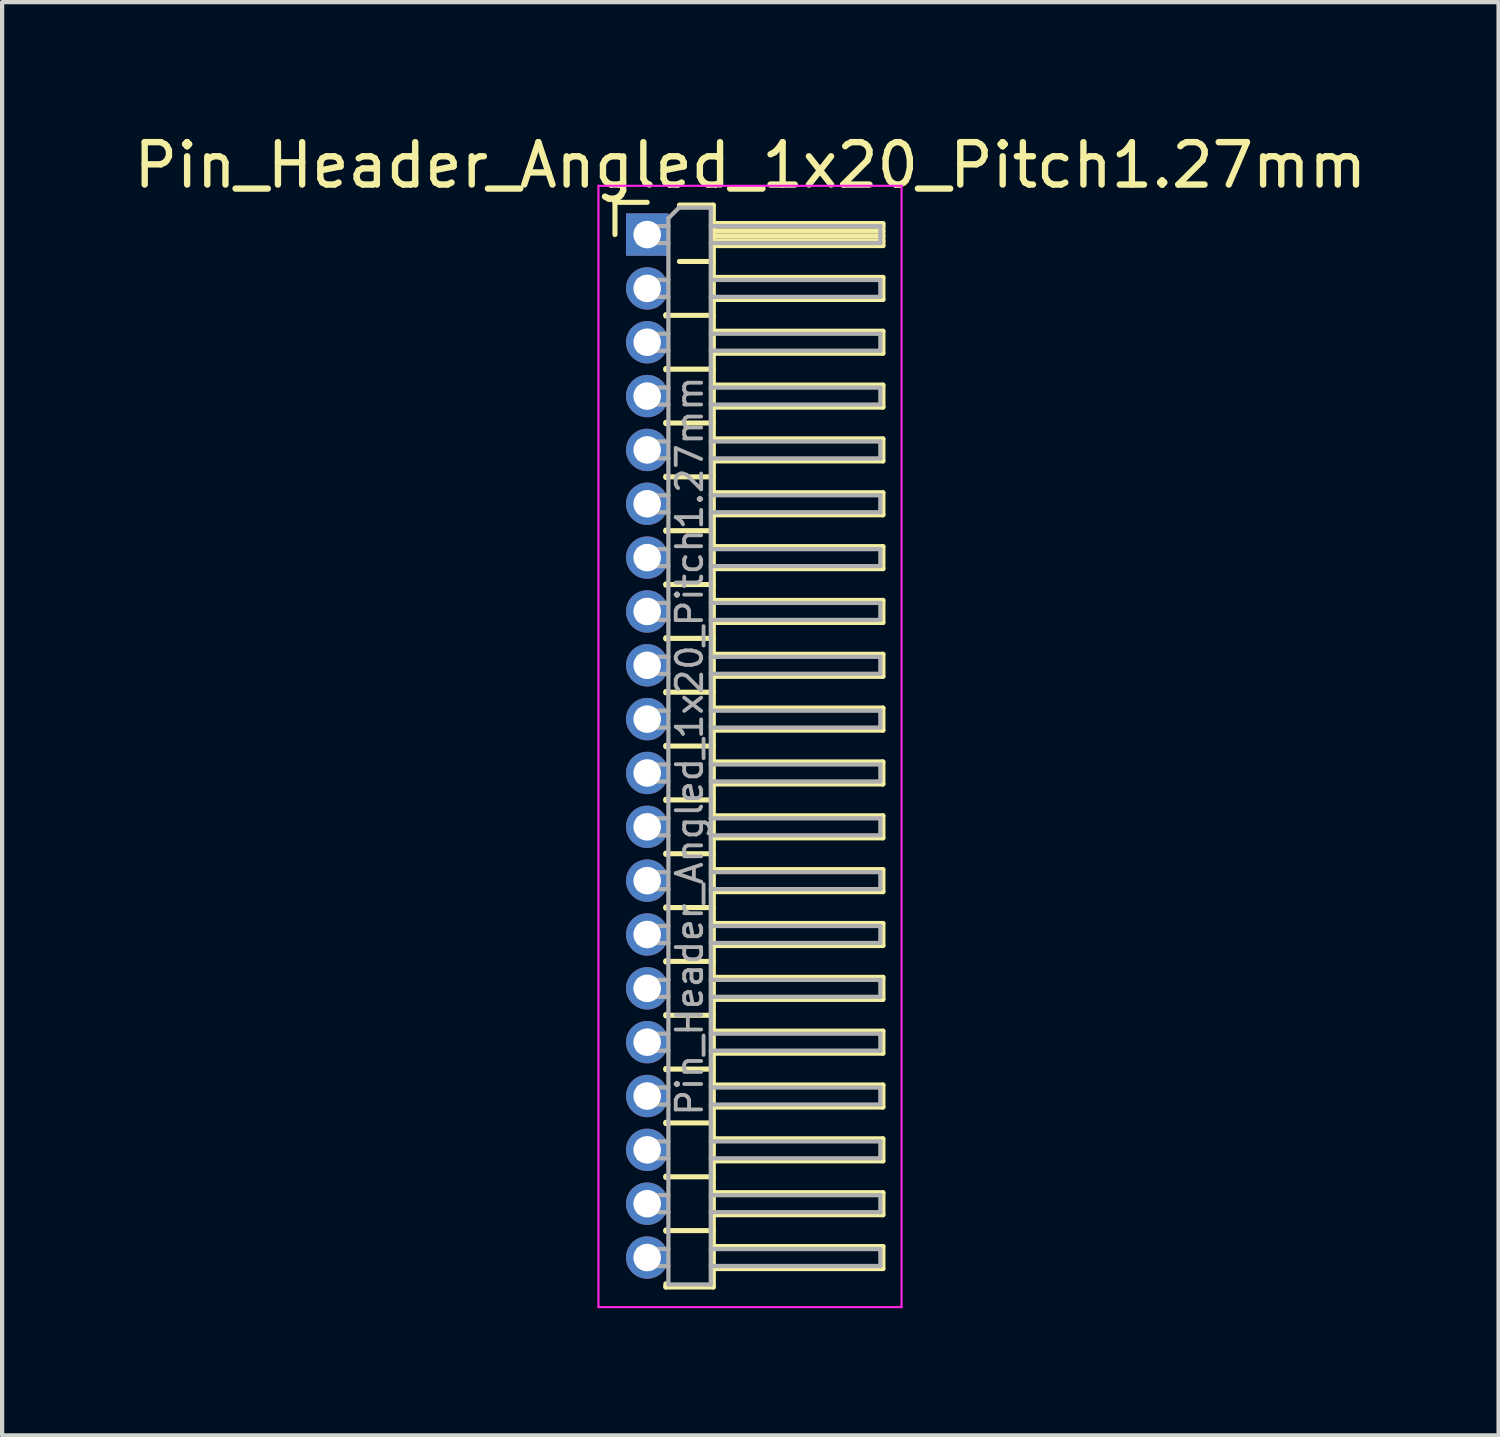
<source format=kicad_pcb>
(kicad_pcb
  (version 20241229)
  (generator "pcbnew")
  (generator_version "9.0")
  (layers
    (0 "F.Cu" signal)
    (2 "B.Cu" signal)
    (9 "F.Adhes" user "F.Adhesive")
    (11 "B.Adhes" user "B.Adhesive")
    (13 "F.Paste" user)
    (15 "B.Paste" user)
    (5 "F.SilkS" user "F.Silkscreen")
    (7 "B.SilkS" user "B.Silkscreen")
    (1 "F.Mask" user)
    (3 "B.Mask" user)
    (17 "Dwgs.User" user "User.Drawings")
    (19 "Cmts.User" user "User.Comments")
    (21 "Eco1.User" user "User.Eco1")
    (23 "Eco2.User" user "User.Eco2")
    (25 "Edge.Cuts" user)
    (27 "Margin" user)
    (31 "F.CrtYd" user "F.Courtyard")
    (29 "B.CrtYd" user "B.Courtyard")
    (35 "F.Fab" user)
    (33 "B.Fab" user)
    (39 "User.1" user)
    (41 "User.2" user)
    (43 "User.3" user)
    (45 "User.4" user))
  (footprint "Pin_Header_Angled_1x20_Pitch1.27mm"
    (layer "F.Cu")
    (at 12.216 2.483)
    (property "Reference" "Pin_Header_Angled_1x20_Pitch1.27mm" (at 2.433 -1.635 0) (layer "F.SilkS") (effects (font (size 1 1) (thickness 0.15))))
    (attr through_hole)
    (fp_line (start -0.76 -0.76) (end 0 -0.76) (stroke (width 0.12) (type solid)) (layer "F.SilkS"))
    (fp_line (start -0.76 0) (end -0.76 -0.76) (stroke (width 0.12) (type solid)) (layer "F.SilkS"))
    (fp_line (start 0.44 1.89) (end 0.44 1.92) (stroke (width 0.12) (type solid)) (layer "F.SilkS"))
    (fp_line (start 0.44 1.905) (end 1.56 1.905) (stroke (width 0.12) (type solid)) (layer "F.SilkS"))
    (fp_line (start 0.44 3.16) (end 0.44 3.19) (stroke (width 0.12) (type solid)) (layer "F.SilkS"))
    (fp_line (start 0.44 3.175) (end 1.56 3.175) (stroke (width 0.12) (type solid)) (layer "F.SilkS"))
    (fp_line (start 0.44 4.43) (end 0.44 4.46) (stroke (width 0.12) (type solid)) (layer "F.SilkS"))
    (fp_line (start 0.44 4.445) (end 1.56 4.445) (stroke (width 0.12) (type solid)) (layer "F.SilkS"))
    (fp_line (start 0.44 5.7) (end 0.44 5.73) (stroke (width 0.12) (type solid)) (layer "F.SilkS"))
    (fp_line (start 0.44 5.715) (end 1.56 5.715) (stroke (width 0.12) (type solid)) (layer "F.SilkS"))
    (fp_line (start 0.44 6.97) (end 0.44 7) (stroke (width 0.12) (type solid)) (layer "F.SilkS"))
    (fp_line (start 0.44 6.985) (end 1.56 6.985) (stroke (width 0.12) (type solid)) (layer "F.SilkS"))
    (fp_line (start 0.44 8.24) (end 0.44 8.27) (stroke (width 0.12) (type solid)) (layer "F.SilkS"))
    (fp_line (start 0.44 8.255) (end 1.56 8.255) (stroke (width 0.12) (type solid)) (layer "F.SilkS"))
    (fp_line (start 0.44 9.51) (end 0.44 9.54) (stroke (width 0.12) (type solid)) (layer "F.SilkS"))
    (fp_line (start 0.44 9.525) (end 1.56 9.525) (stroke (width 0.12) (type solid)) (layer "F.SilkS"))
    (fp_line (start 0.44 10.78) (end 0.44 10.81) (stroke (width 0.12) (type solid)) (layer "F.SilkS"))
    (fp_line (start 0.44 10.795) (end 1.56 10.795) (stroke (width 0.12) (type solid)) (layer "F.SilkS"))
    (fp_line (start 0.44 12.05) (end 0.44 12.08) (stroke (width 0.12) (type solid)) (layer "F.SilkS"))
    (fp_line (start 0.44 12.065) (end 1.56 12.065) (stroke (width 0.12) (type solid)) (layer "F.SilkS"))
    (fp_line (start 0.44 13.32) (end 0.44 13.35) (stroke (width 0.12) (type solid)) (layer "F.SilkS"))
    (fp_line (start 0.44 13.335) (end 1.56 13.335) (stroke (width 0.12) (type solid)) (layer "F.SilkS"))
    (fp_line (start 0.44 14.59) (end 0.44 14.62) (stroke (width 0.12) (type solid)) (layer "F.SilkS"))
    (fp_line (start 0.44 14.605) (end 1.56 14.605) (stroke (width 0.12) (type solid)) (layer "F.SilkS"))
    (fp_line (start 0.44 15.86) (end 0.44 15.89) (stroke (width 0.12) (type solid)) (layer "F.SilkS"))
    (fp_line (start 0.44 15.875) (end 1.56 15.875) (stroke (width 0.12) (type solid)) (layer "F.SilkS"))
    (fp_line (start 0.44 17.13) (end 0.44 17.16) (stroke (width 0.12) (type solid)) (layer "F.SilkS"))
    (fp_line (start 0.44 17.145) (end 1.56 17.145) (stroke (width 0.12) (type solid)) (layer "F.SilkS"))
    (fp_line (start 0.44 18.4) (end 0.44 18.43) (stroke (width 0.12) (type solid)) (layer "F.SilkS"))
    (fp_line (start 0.44 18.415) (end 1.56 18.415) (stroke (width 0.12) (type solid)) (layer "F.SilkS"))
    (fp_line (start 0.44 19.67) (end 0.44 19.7) (stroke (width 0.12) (type solid)) (layer "F.SilkS"))
    (fp_line (start 0.44 19.685) (end 1.56 19.685) (stroke (width 0.12) (type solid)) (layer "F.SilkS"))
    (fp_line (start 0.44 20.94) (end 0.44 20.97) (stroke (width 0.12) (type solid)) (layer "F.SilkS"))
    (fp_line (start 0.44 20.955) (end 1.56 20.955) (stroke (width 0.12) (type solid)) (layer "F.SilkS"))
    (fp_line (start 0.44 22.21) (end 0.44 22.24) (stroke (width 0.12) (type solid)) (layer "F.SilkS"))
    (fp_line (start 0.44 22.225) (end 1.56 22.225) (stroke (width 0.12) (type solid)) (layer "F.SilkS"))
    (fp_line (start 0.44 23.48) (end 0.44 23.51) (stroke (width 0.12) (type solid)) (layer "F.SilkS"))
    (fp_line (start 0.44 23.495) (end 1.56 23.495) (stroke (width 0.12) (type solid)) (layer "F.SilkS"))
    (fp_line (start 0.44 24.825) (end 0.44 24.75) (stroke (width 0.12) (type solid)) (layer "F.SilkS"))
    (fp_line (start 0.76 -0.695) (end 1.56 -0.695) (stroke (width 0.12) (type solid)) (layer "F.SilkS"))
    (fp_line (start 0.76 0.635) (end 1.56 0.635) (stroke (width 0.12) (type solid)) (layer "F.SilkS"))
    (fp_line (start 1.56 -0.695) (end 1.56 24.825) (stroke (width 0.12) (type solid)) (layer "F.SilkS"))
    (fp_line (start 1.56 -0.26) (end 5.56 -0.26) (stroke (width 0.12) (type solid)) (layer "F.SilkS"))
    (fp_line (start 1.56 -0.2) (end 5.56 -0.2) (stroke (width 0.12) (type solid)) (layer "F.SilkS"))
    (fp_line (start 1.56 -0.08) (end 5.56 -0.08) (stroke (width 0.12) (type solid)) (layer "F.SilkS"))
    (fp_line (start 1.56 0.04) (end 5.56 0.04) (stroke (width 0.12) (type solid)) (layer "F.SilkS"))
    (fp_line (start 1.56 0.16) (end 5.56 0.16) (stroke (width 0.12) (type solid)) (layer "F.SilkS"))
    (fp_line (start 1.56 1.01) (end 5.56 1.01) (stroke (width 0.12) (type solid)) (layer "F.SilkS"))
    (fp_line (start 1.56 2.28) (end 5.56 2.28) (stroke (width 0.12) (type solid)) (layer "F.SilkS"))
    (fp_line (start 1.56 3.55) (end 5.56 3.55) (stroke (width 0.12) (type solid)) (layer "F.SilkS"))
    (fp_line (start 1.56 4.82) (end 5.56 4.82) (stroke (width 0.12) (type solid)) (layer "F.SilkS"))
    (fp_line (start 1.56 6.09) (end 5.56 6.09) (stroke (width 0.12) (type solid)) (layer "F.SilkS"))
    (fp_line (start 1.56 7.36) (end 5.56 7.36) (stroke (width 0.12) (type solid)) (layer "F.SilkS"))
    (fp_line (start 1.56 8.63) (end 5.56 8.63) (stroke (width 0.12) (type solid)) (layer "F.SilkS"))
    (fp_line (start 1.56 9.9) (end 5.56 9.9) (stroke (width 0.12) (type solid)) (layer "F.SilkS"))
    (fp_line (start 1.56 11.17) (end 5.56 11.17) (stroke (width 0.12) (type solid)) (layer "F.SilkS"))
    (fp_line (start 1.56 12.44) (end 5.56 12.44) (stroke (width 0.12) (type solid)) (layer "F.SilkS"))
    (fp_line (start 1.56 13.71) (end 5.56 13.71) (stroke (width 0.12) (type solid)) (layer "F.SilkS"))
    (fp_line (start 1.56 14.98) (end 5.56 14.98) (stroke (width 0.12) (type solid)) (layer "F.SilkS"))
    (fp_line (start 1.56 16.25) (end 5.56 16.25) (stroke (width 0.12) (type solid)) (layer "F.SilkS"))
    (fp_line (start 1.56 17.52) (end 5.56 17.52) (stroke (width 0.12) (type solid)) (layer "F.SilkS"))
    (fp_line (start 1.56 18.79) (end 5.56 18.79) (stroke (width 0.12) (type solid)) (layer "F.SilkS"))
    (fp_line (start 1.56 20.06) (end 5.56 20.06) (stroke (width 0.12) (type solid)) (layer "F.SilkS"))
    (fp_line (start 1.56 21.33) (end 5.56 21.33) (stroke (width 0.12) (type solid)) (layer "F.SilkS"))
    (fp_line (start 1.56 22.6) (end 5.56 22.6) (stroke (width 0.12) (type solid)) (layer "F.SilkS"))
    (fp_line (start 1.56 23.87) (end 5.56 23.87) (stroke (width 0.12) (type solid)) (layer "F.SilkS"))
    (fp_line (start 1.56 24.825) (end 0.44 24.825) (stroke (width 0.12) (type solid)) (layer "F.SilkS"))
    (fp_line (start 5.56 -0.26) (end 5.56 0.26) (stroke (width 0.12) (type solid)) (layer "F.SilkS"))
    (fp_line (start 5.56 0.26) (end 1.56 0.26) (stroke (width 0.12) (type solid)) (layer "F.SilkS"))
    (fp_line (start 5.56 1.01) (end 5.56 1.53) (stroke (width 0.12) (type solid)) (layer "F.SilkS"))
    (fp_line (start 5.56 1.53) (end 1.56 1.53) (stroke (width 0.12) (type solid)) (layer "F.SilkS"))
    (fp_line (start 5.56 2.28) (end 5.56 2.8) (stroke (width 0.12) (type solid)) (layer "F.SilkS"))
    (fp_line (start 5.56 2.8) (end 1.56 2.8) (stroke (width 0.12) (type solid)) (layer "F.SilkS"))
    (fp_line (start 5.56 3.55) (end 5.56 4.07) (stroke (width 0.12) (type solid)) (layer "F.SilkS"))
    (fp_line (start 5.56 4.07) (end 1.56 4.07) (stroke (width 0.12) (type solid)) (layer "F.SilkS"))
    (fp_line (start 5.56 4.82) (end 5.56 5.34) (stroke (width 0.12) (type solid)) (layer "F.SilkS"))
    (fp_line (start 5.56 5.34) (end 1.56 5.34) (stroke (width 0.12) (type solid)) (layer "F.SilkS"))
    (fp_line (start 5.56 6.09) (end 5.56 6.61) (stroke (width 0.12) (type solid)) (layer "F.SilkS"))
    (fp_line (start 5.56 6.61) (end 1.56 6.61) (stroke (width 0.12) (type solid)) (layer "F.SilkS"))
    (fp_line (start 5.56 7.36) (end 5.56 7.88) (stroke (width 0.12) (type solid)) (layer "F.SilkS"))
    (fp_line (start 5.56 7.88) (end 1.56 7.88) (stroke (width 0.12) (type solid)) (layer "F.SilkS"))
    (fp_line (start 5.56 8.63) (end 5.56 9.15) (stroke (width 0.12) (type solid)) (layer "F.SilkS"))
    (fp_line (start 5.56 9.15) (end 1.56 9.15) (stroke (width 0.12) (type solid)) (layer "F.SilkS"))
    (fp_line (start 5.56 9.9) (end 5.56 10.42) (stroke (width 0.12) (type solid)) (layer "F.SilkS"))
    (fp_line (start 5.56 10.42) (end 1.56 10.42) (stroke (width 0.12) (type solid)) (layer "F.SilkS"))
    (fp_line (start 5.56 11.17) (end 5.56 11.69) (stroke (width 0.12) (type solid)) (layer "F.SilkS"))
    (fp_line (start 5.56 11.69) (end 1.56 11.69) (stroke (width 0.12) (type solid)) (layer "F.SilkS"))
    (fp_line (start 5.56 12.44) (end 5.56 12.96) (stroke (width 0.12) (type solid)) (layer "F.SilkS"))
    (fp_line (start 5.56 12.96) (end 1.56 12.96) (stroke (width 0.12) (type solid)) (layer "F.SilkS"))
    (fp_line (start 5.56 13.71) (end 5.56 14.23) (stroke (width 0.12) (type solid)) (layer "F.SilkS"))
    (fp_line (start 5.56 14.23) (end 1.56 14.23) (stroke (width 0.12) (type solid)) (layer "F.SilkS"))
    (fp_line (start 5.56 14.98) (end 5.56 15.5) (stroke (width 0.12) (type solid)) (layer "F.SilkS"))
    (fp_line (start 5.56 15.5) (end 1.56 15.5) (stroke (width 0.12) (type solid)) (layer "F.SilkS"))
    (fp_line (start 5.56 16.25) (end 5.56 16.77) (stroke (width 0.12) (type solid)) (layer "F.SilkS"))
    (fp_line (start 5.56 16.77) (end 1.56 16.77) (stroke (width 0.12) (type solid)) (layer "F.SilkS"))
    (fp_line (start 5.56 17.52) (end 5.56 18.04) (stroke (width 0.12) (type solid)) (layer "F.SilkS"))
    (fp_line (start 5.56 18.04) (end 1.56 18.04) (stroke (width 0.12) (type solid)) (layer "F.SilkS"))
    (fp_line (start 5.56 18.79) (end 5.56 19.31) (stroke (width 0.12) (type solid)) (layer "F.SilkS"))
    (fp_line (start 5.56 19.31) (end 1.56 19.31) (stroke (width 0.12) (type solid)) (layer "F.SilkS"))
    (fp_line (start 5.56 20.06) (end 5.56 20.58) (stroke (width 0.12) (type solid)) (layer "F.SilkS"))
    (fp_line (start 5.56 20.58) (end 1.56 20.58) (stroke (width 0.12) (type solid)) (layer "F.SilkS"))
    (fp_line (start 5.56 21.33) (end 5.56 21.85) (stroke (width 0.12) (type solid)) (layer "F.SilkS"))
    (fp_line (start 5.56 21.85) (end 1.56 21.85) (stroke (width 0.12) (type solid)) (layer "F.SilkS"))
    (fp_line (start 5.56 22.6) (end 5.56 23.12) (stroke (width 0.12) (type solid)) (layer "F.SilkS"))
    (fp_line (start 5.56 23.12) (end 1.56 23.12) (stroke (width 0.12) (type solid)) (layer "F.SilkS"))
    (fp_line (start 5.56 23.87) (end 5.56 24.39) (stroke (width 0.12) (type solid)) (layer "F.SilkS"))
    (fp_line (start 5.56 24.39) (end 1.56 24.39) (stroke (width 0.12) (type solid)) (layer "F.SilkS"))
    (fp_line (start -1.15 -1.15) (end -1.15 25.3) (stroke (width 0.05) (type solid)) (layer "F.CrtYd"))
    (fp_line (start -1.15 25.3) (end 6 25.3) (stroke (width 0.05) (type solid)) (layer "F.CrtYd"))
    (fp_line (start 6 -1.15) (end -1.15 -1.15) (stroke (width 0.05) (type solid)) (layer "F.CrtYd"))
    (fp_line (start 6 25.3) (end 6 -1.15) (stroke (width 0.05) (type solid)) (layer "F.CrtYd"))
    (fp_line (start -0.2 -0.2) (end -0.2 0.2) (stroke (width 0.1) (type solid)) (layer "F.Fab"))
    (fp_line (start -0.2 -0.2) (end 0.5 -0.2) (stroke (width 0.1) (type solid)) (layer "F.Fab"))
    (fp_line (start -0.2 0.2) (end 0.5 0.2) (stroke (width 0.1) (type solid)) (layer "F.Fab"))
    (fp_line (start -0.2 1.07) (end -0.2 1.47) (stroke (width 0.1) (type solid)) (layer "F.Fab"))
    (fp_line (start -0.2 1.07) (end 0.5 1.07) (stroke (width 0.1) (type solid)) (layer "F.Fab"))
    (fp_line (start -0.2 1.47) (end 0.5 1.47) (stroke (width 0.1) (type solid)) (layer "F.Fab"))
    (fp_line (start -0.2 2.34) (end -0.2 2.74) (stroke (width 0.1) (type solid)) (layer "F.Fab"))
    (fp_line (start -0.2 2.34) (end 0.5 2.34) (stroke (width 0.1) (type solid)) (layer "F.Fab"))
    (fp_line (start -0.2 2.74) (end 0.5 2.74) (stroke (width 0.1) (type solid)) (layer "F.Fab"))
    (fp_line (start -0.2 3.61) (end -0.2 4.01) (stroke (width 0.1) (type solid)) (layer "F.Fab"))
    (fp_line (start -0.2 3.61) (end 0.5 3.61) (stroke (width 0.1) (type solid)) (layer "F.Fab"))
    (fp_line (start -0.2 4.01) (end 0.5 4.01) (stroke (width 0.1) (type solid)) (layer "F.Fab"))
    (fp_line (start -0.2 4.88) (end -0.2 5.28) (stroke (width 0.1) (type solid)) (layer "F.Fab"))
    (fp_line (start -0.2 4.88) (end 0.5 4.88) (stroke (width 0.1) (type solid)) (layer "F.Fab"))
    (fp_line (start -0.2 5.28) (end 0.5 5.28) (stroke (width 0.1) (type solid)) (layer "F.Fab"))
    (fp_line (start -0.2 6.15) (end -0.2 6.55) (stroke (width 0.1) (type solid)) (layer "F.Fab"))
    (fp_line (start -0.2 6.15) (end 0.5 6.15) (stroke (width 0.1) (type solid)) (layer "F.Fab"))
    (fp_line (start -0.2 6.55) (end 0.5 6.55) (stroke (width 0.1) (type solid)) (layer "F.Fab"))
    (fp_line (start -0.2 7.42) (end -0.2 7.82) (stroke (width 0.1) (type solid)) (layer "F.Fab"))
    (fp_line (start -0.2 7.42) (end 0.5 7.42) (stroke (width 0.1) (type solid)) (layer "F.Fab"))
    (fp_line (start -0.2 7.82) (end 0.5 7.82) (stroke (width 0.1) (type solid)) (layer "F.Fab"))
    (fp_line (start -0.2 8.69) (end -0.2 9.09) (stroke (width 0.1) (type solid)) (layer "F.Fab"))
    (fp_line (start -0.2 8.69) (end 0.5 8.69) (stroke (width 0.1) (type solid)) (layer "F.Fab"))
    (fp_line (start -0.2 9.09) (end 0.5 9.09) (stroke (width 0.1) (type solid)) (layer "F.Fab"))
    (fp_line (start -0.2 9.96) (end -0.2 10.36) (stroke (width 0.1) (type solid)) (layer "F.Fab"))
    (fp_line (start -0.2 9.96) (end 0.5 9.96) (stroke (width 0.1) (type solid)) (layer "F.Fab"))
    (fp_line (start -0.2 10.36) (end 0.5 10.36) (stroke (width 0.1) (type solid)) (layer "F.Fab"))
    (fp_line (start -0.2 11.23) (end -0.2 11.63) (stroke (width 0.1) (type solid)) (layer "F.Fab"))
    (fp_line (start -0.2 11.23) (end 0.5 11.23) (stroke (width 0.1) (type solid)) (layer "F.Fab"))
    (fp_line (start -0.2 11.63) (end 0.5 11.63) (stroke (width 0.1) (type solid)) (layer "F.Fab"))
    (fp_line (start -0.2 12.5) (end -0.2 12.9) (stroke (width 0.1) (type solid)) (layer "F.Fab"))
    (fp_line (start -0.2 12.5) (end 0.5 12.5) (stroke (width 0.1) (type solid)) (layer "F.Fab"))
    (fp_line (start -0.2 12.9) (end 0.5 12.9) (stroke (width 0.1) (type solid)) (layer "F.Fab"))
    (fp_line (start -0.2 13.77) (end -0.2 14.17) (stroke (width 0.1) (type solid)) (layer "F.Fab"))
    (fp_line (start -0.2 13.77) (end 0.5 13.77) (stroke (width 0.1) (type solid)) (layer "F.Fab"))
    (fp_line (start -0.2 14.17) (end 0.5 14.17) (stroke (width 0.1) (type solid)) (layer "F.Fab"))
    (fp_line (start -0.2 15.04) (end -0.2 15.44) (stroke (width 0.1) (type solid)) (layer "F.Fab"))
    (fp_line (start -0.2 15.04) (end 0.5 15.04) (stroke (width 0.1) (type solid)) (layer "F.Fab"))
    (fp_line (start -0.2 15.44) (end 0.5 15.44) (stroke (width 0.1) (type solid)) (layer "F.Fab"))
    (fp_line (start -0.2 16.31) (end -0.2 16.71) (stroke (width 0.1) (type solid)) (layer "F.Fab"))
    (fp_line (start -0.2 16.31) (end 0.5 16.31) (stroke (width 0.1) (type solid)) (layer "F.Fab"))
    (fp_line (start -0.2 16.71) (end 0.5 16.71) (stroke (width 0.1) (type solid)) (layer "F.Fab"))
    (fp_line (start -0.2 17.58) (end -0.2 17.98) (stroke (width 0.1) (type solid)) (layer "F.Fab"))
    (fp_line (start -0.2 17.58) (end 0.5 17.58) (stroke (width 0.1) (type solid)) (layer "F.Fab"))
    (fp_line (start -0.2 17.98) (end 0.5 17.98) (stroke (width 0.1) (type solid)) (layer "F.Fab"))
    (fp_line (start -0.2 18.85) (end -0.2 19.25) (stroke (width 0.1) (type solid)) (layer "F.Fab"))
    (fp_line (start -0.2 18.85) (end 0.5 18.85) (stroke (width 0.1) (type solid)) (layer "F.Fab"))
    (fp_line (start -0.2 19.25) (end 0.5 19.25) (stroke (width 0.1) (type solid)) (layer "F.Fab"))
    (fp_line (start -0.2 20.12) (end -0.2 20.52) (stroke (width 0.1) (type solid)) (layer "F.Fab"))
    (fp_line (start -0.2 20.12) (end 0.5 20.12) (stroke (width 0.1) (type solid)) (layer "F.Fab"))
    (fp_line (start -0.2 20.52) (end 0.5 20.52) (stroke (width 0.1) (type solid)) (layer "F.Fab"))
    (fp_line (start -0.2 21.39) (end -0.2 21.79) (stroke (width 0.1) (type solid)) (layer "F.Fab"))
    (fp_line (start -0.2 21.39) (end 0.5 21.39) (stroke (width 0.1) (type solid)) (layer "F.Fab"))
    (fp_line (start -0.2 21.79) (end 0.5 21.79) (stroke (width 0.1) (type solid)) (layer "F.Fab"))
    (fp_line (start -0.2 22.66) (end -0.2 23.06) (stroke (width 0.1) (type solid)) (layer "F.Fab"))
    (fp_line (start -0.2 22.66) (end 0.5 22.66) (stroke (width 0.1) (type solid)) (layer "F.Fab"))
    (fp_line (start -0.2 23.06) (end 0.5 23.06) (stroke (width 0.1) (type solid)) (layer "F.Fab"))
    (fp_line (start -0.2 23.93) (end -0.2 24.33) (stroke (width 0.1) (type solid)) (layer "F.Fab"))
    (fp_line (start -0.2 23.93) (end 0.5 23.93) (stroke (width 0.1) (type solid)) (layer "F.Fab"))
    (fp_line (start -0.2 24.33) (end 0.5 24.33) (stroke (width 0.1) (type solid)) (layer "F.Fab"))
    (fp_line (start 0.5 -0.385) (end 0.75 -0.635) (stroke (width 0.1) (type solid)) (layer "F.Fab"))
    (fp_line (start 0.5 24.765) (end 0.5 -0.385) (stroke (width 0.1) (type solid)) (layer "F.Fab"))
    (fp_line (start 0.75 -0.635) (end 1.5 -0.635) (stroke (width 0.1) (type solid)) (layer "F.Fab"))
    (fp_line (start 1.5 -0.635) (end 1.5 24.765) (stroke (width 0.1) (type solid)) (layer "F.Fab"))
    (fp_line (start 1.5 -0.2) (end 5.5 -0.2) (stroke (width 0.1) (type solid)) (layer "F.Fab"))
    (fp_line (start 1.5 0.2) (end 5.5 0.2) (stroke (width 0.1) (type solid)) (layer "F.Fab"))
    (fp_line (start 1.5 1.07) (end 5.5 1.07) (stroke (width 0.1) (type solid)) (layer "F.Fab"))
    (fp_line (start 1.5 1.47) (end 5.5 1.47) (stroke (width 0.1) (type solid)) (layer "F.Fab"))
    (fp_line (start 1.5 2.34) (end 5.5 2.34) (stroke (width 0.1) (type solid)) (layer "F.Fab"))
    (fp_line (start 1.5 2.74) (end 5.5 2.74) (stroke (width 0.1) (type solid)) (layer "F.Fab"))
    (fp_line (start 1.5 3.61) (end 5.5 3.61) (stroke (width 0.1) (type solid)) (layer "F.Fab"))
    (fp_line (start 1.5 4.01) (end 5.5 4.01) (stroke (width 0.1) (type solid)) (layer "F.Fab"))
    (fp_line (start 1.5 4.88) (end 5.5 4.88) (stroke (width 0.1) (type solid)) (layer "F.Fab"))
    (fp_line (start 1.5 5.28) (end 5.5 5.28) (stroke (width 0.1) (type solid)) (layer "F.Fab"))
    (fp_line (start 1.5 6.15) (end 5.5 6.15) (stroke (width 0.1) (type solid)) (layer "F.Fab"))
    (fp_line (start 1.5 6.55) (end 5.5 6.55) (stroke (width 0.1) (type solid)) (layer "F.Fab"))
    (fp_line (start 1.5 7.42) (end 5.5 7.42) (stroke (width 0.1) (type solid)) (layer "F.Fab"))
    (fp_line (start 1.5 7.82) (end 5.5 7.82) (stroke (width 0.1) (type solid)) (layer "F.Fab"))
    (fp_line (start 1.5 8.69) (end 5.5 8.69) (stroke (width 0.1) (type solid)) (layer "F.Fab"))
    (fp_line (start 1.5 9.09) (end 5.5 9.09) (stroke (width 0.1) (type solid)) (layer "F.Fab"))
    (fp_line (start 1.5 9.96) (end 5.5 9.96) (stroke (width 0.1) (type solid)) (layer "F.Fab"))
    (fp_line (start 1.5 10.36) (end 5.5 10.36) (stroke (width 0.1) (type solid)) (layer "F.Fab"))
    (fp_line (start 1.5 11.23) (end 5.5 11.23) (stroke (width 0.1) (type solid)) (layer "F.Fab"))
    (fp_line (start 1.5 11.63) (end 5.5 11.63) (stroke (width 0.1) (type solid)) (layer "F.Fab"))
    (fp_line (start 1.5 12.5) (end 5.5 12.5) (stroke (width 0.1) (type solid)) (layer "F.Fab"))
    (fp_line (start 1.5 12.9) (end 5.5 12.9) (stroke (width 0.1) (type solid)) (layer "F.Fab"))
    (fp_line (start 1.5 13.77) (end 5.5 13.77) (stroke (width 0.1) (type solid)) (layer "F.Fab"))
    (fp_line (start 1.5 14.17) (end 5.5 14.17) (stroke (width 0.1) (type solid)) (layer "F.Fab"))
    (fp_line (start 1.5 15.04) (end 5.5 15.04) (stroke (width 0.1) (type solid)) (layer "F.Fab"))
    (fp_line (start 1.5 15.44) (end 5.5 15.44) (stroke (width 0.1) (type solid)) (layer "F.Fab"))
    (fp_line (start 1.5 16.31) (end 5.5 16.31) (stroke (width 0.1) (type solid)) (layer "F.Fab"))
    (fp_line (start 1.5 16.71) (end 5.5 16.71) (stroke (width 0.1) (type solid)) (layer "F.Fab"))
    (fp_line (start 1.5 17.58) (end 5.5 17.58) (stroke (width 0.1) (type solid)) (layer "F.Fab"))
    (fp_line (start 1.5 17.98) (end 5.5 17.98) (stroke (width 0.1) (type solid)) (layer "F.Fab"))
    (fp_line (start 1.5 18.85) (end 5.5 18.85) (stroke (width 0.1) (type solid)) (layer "F.Fab"))
    (fp_line (start 1.5 19.25) (end 5.5 19.25) (stroke (width 0.1) (type solid)) (layer "F.Fab"))
    (fp_line (start 1.5 20.12) (end 5.5 20.12) (stroke (width 0.1) (type solid)) (layer "F.Fab"))
    (fp_line (start 1.5 20.52) (end 5.5 20.52) (stroke (width 0.1) (type solid)) (layer "F.Fab"))
    (fp_line (start 1.5 21.39) (end 5.5 21.39) (stroke (width 0.1) (type solid)) (layer "F.Fab"))
    (fp_line (start 1.5 21.79) (end 5.5 21.79) (stroke (width 0.1) (type solid)) (layer "F.Fab"))
    (fp_line (start 1.5 22.66) (end 5.5 22.66) (stroke (width 0.1) (type solid)) (layer "F.Fab"))
    (fp_line (start 1.5 23.06) (end 5.5 23.06) (stroke (width 0.1) (type solid)) (layer "F.Fab"))
    (fp_line (start 1.5 23.93) (end 5.5 23.93) (stroke (width 0.1) (type solid)) (layer "F.Fab"))
    (fp_line (start 1.5 24.33) (end 5.5 24.33) (stroke (width 0.1) (type solid)) (layer "F.Fab"))
    (fp_line (start 1.5 24.765) (end 0.5 24.765) (stroke (width 0.1) (type solid)) (layer "F.Fab"))
    (fp_line (start 5.5 -0.2) (end 5.5 0.2) (stroke (width 0.1) (type solid)) (layer "F.Fab"))
    (fp_line (start 5.5 1.07) (end 5.5 1.47) (stroke (width 0.1) (type solid)) (layer "F.Fab"))
    (fp_line (start 5.5 2.34) (end 5.5 2.74) (stroke (width 0.1) (type solid)) (layer "F.Fab"))
    (fp_line (start 5.5 3.61) (end 5.5 4.01) (stroke (width 0.1) (type solid)) (layer "F.Fab"))
    (fp_line (start 5.5 4.88) (end 5.5 5.28) (stroke (width 0.1) (type solid)) (layer "F.Fab"))
    (fp_line (start 5.5 6.15) (end 5.5 6.55) (stroke (width 0.1) (type solid)) (layer "F.Fab"))
    (fp_line (start 5.5 7.42) (end 5.5 7.82) (stroke (width 0.1) (type solid)) (layer "F.Fab"))
    (fp_line (start 5.5 8.69) (end 5.5 9.09) (stroke (width 0.1) (type solid)) (layer "F.Fab"))
    (fp_line (start 5.5 9.96) (end 5.5 10.36) (stroke (width 0.1) (type solid)) (layer "F.Fab"))
    (fp_line (start 5.5 11.23) (end 5.5 11.63) (stroke (width 0.1) (type solid)) (layer "F.Fab"))
    (fp_line (start 5.5 12.5) (end 5.5 12.9) (stroke (width 0.1) (type solid)) (layer "F.Fab"))
    (fp_line (start 5.5 13.77) (end 5.5 14.17) (stroke (width 0.1) (type solid)) (layer "F.Fab"))
    (fp_line (start 5.5 15.04) (end 5.5 15.44) (stroke (width 0.1) (type solid)) (layer "F.Fab"))
    (fp_line (start 5.5 16.31) (end 5.5 16.71) (stroke (width 0.1) (type solid)) (layer "F.Fab"))
    (fp_line (start 5.5 17.58) (end 5.5 17.98) (stroke (width 0.1) (type solid)) (layer "F.Fab"))
    (fp_line (start 5.5 18.85) (end 5.5 19.25) (stroke (width 0.1) (type solid)) (layer "F.Fab"))
    (fp_line (start 5.5 20.12) (end 5.5 20.52) (stroke (width 0.1) (type solid)) (layer "F.Fab"))
    (fp_line (start 5.5 21.39) (end 5.5 21.79) (stroke (width 0.1) (type solid)) (layer "F.Fab"))
    (fp_line (start 5.5 22.66) (end 5.5 23.06) (stroke (width 0.1) (type solid)) (layer "F.Fab"))
    (fp_line (start 5.5 23.93) (end 5.5 24.33) (stroke (width 0.1) (type solid)) (layer "F.Fab"))
    (fp_text user "${REFERENCE}" (at 1 12.065 90) (layer "F.Fab") (effects (font (size 0.6 0.6) (thickness 0.09))))
    (pad "1" thru_hole rect (at 0 0) (size 1 1) (drill 0.65) (layers "*.Cu" "*.Mask"))
    (pad "2" thru_hole oval (at 0 1.27) (size 1 1) (drill 0.65) (layers "*.Cu" "*.Mask"))
    (pad "3" thru_hole oval (at 0 2.54) (size 1 1) (drill 0.65) (layers "*.Cu" "*.Mask"))
    (pad "4" thru_hole oval (at 0 3.81) (size 1 1) (drill 0.65) (layers "*.Cu" "*.Mask"))
    (pad "5" thru_hole oval (at 0 5.08) (size 1 1) (drill 0.65) (layers "*.Cu" "*.Mask"))
    (pad "6" thru_hole oval (at 0 6.35) (size 1 1) (drill 0.65) (layers "*.Cu" "*.Mask"))
    (pad "7" thru_hole oval (at 0 7.62) (size 1 1) (drill 0.65) (layers "*.Cu" "*.Mask"))
    (pad "8" thru_hole oval (at 0 8.89) (size 1 1) (drill 0.65) (layers "*.Cu" "*.Mask"))
    (pad "9" thru_hole oval (at 0 10.16) (size 1 1) (drill 0.65) (layers "*.Cu" "*.Mask"))
    (pad "10" thru_hole oval (at 0 11.43) (size 1 1) (drill 0.65) (layers "*.Cu" "*.Mask"))
    (pad "11" thru_hole oval (at 0 12.7) (size 1 1) (drill 0.65) (layers "*.Cu" "*.Mask"))
    (pad "12" thru_hole oval (at 0 13.97) (size 1 1) (drill 0.65) (layers "*.Cu" "*.Mask"))
    (pad "13" thru_hole oval (at 0 15.24) (size 1 1) (drill 0.65) (layers "*.Cu" "*.Mask"))
    (pad "14" thru_hole oval (at 0 16.51) (size 1 1) (drill 0.65) (layers "*.Cu" "*.Mask"))
    (pad "15" thru_hole oval (at 0 17.78) (size 1 1) (drill 0.65) (layers "*.Cu" "*.Mask"))
    (pad "16" thru_hole oval (at 0 19.05) (size 1 1) (drill 0.65) (layers "*.Cu" "*.Mask"))
    (pad "17" thru_hole oval (at 0 20.32) (size 1 1) (drill 0.65) (layers "*.Cu" "*.Mask"))
    (pad "18" thru_hole oval (at 0 21.59) (size 1 1) (drill 0.65) (layers "*.Cu" "*.Mask"))
    (pad "19" thru_hole oval (at 0 22.86) (size 1 1) (drill 0.65) (layers "*.Cu" "*.Mask"))
    (pad "20" thru_hole oval (at 0 24.13) (size 1 1) (drill 0.65) (layers "*.Cu" "*.Mask")))
  (gr_rect
    (start -3 -3)
    (end 32.298 30.808)
    (stroke (width 0.1) (type default))
    (fill no)
    (layer "Edge.Cuts")))
</source>
